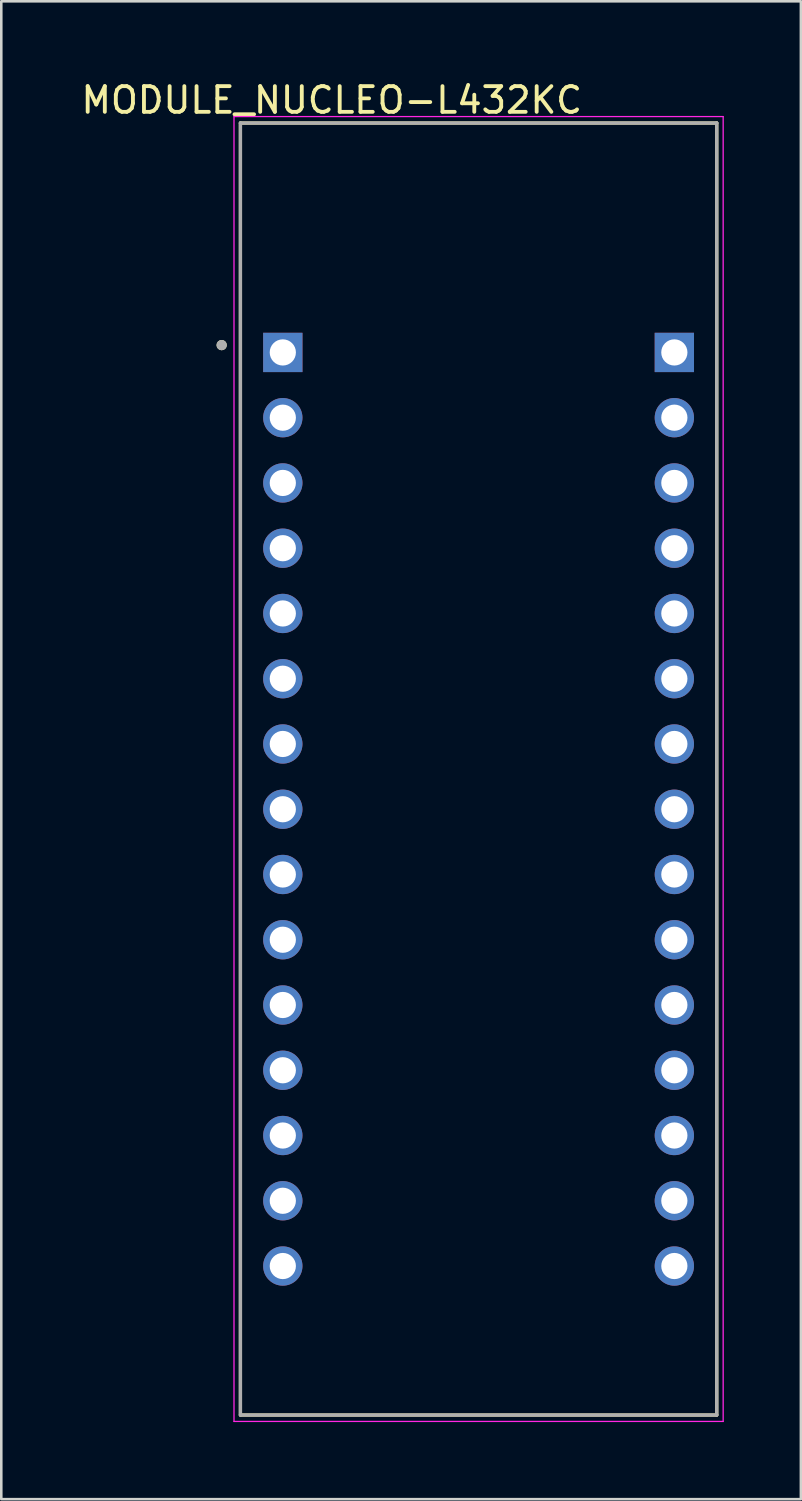
<source format=kicad_pcb>
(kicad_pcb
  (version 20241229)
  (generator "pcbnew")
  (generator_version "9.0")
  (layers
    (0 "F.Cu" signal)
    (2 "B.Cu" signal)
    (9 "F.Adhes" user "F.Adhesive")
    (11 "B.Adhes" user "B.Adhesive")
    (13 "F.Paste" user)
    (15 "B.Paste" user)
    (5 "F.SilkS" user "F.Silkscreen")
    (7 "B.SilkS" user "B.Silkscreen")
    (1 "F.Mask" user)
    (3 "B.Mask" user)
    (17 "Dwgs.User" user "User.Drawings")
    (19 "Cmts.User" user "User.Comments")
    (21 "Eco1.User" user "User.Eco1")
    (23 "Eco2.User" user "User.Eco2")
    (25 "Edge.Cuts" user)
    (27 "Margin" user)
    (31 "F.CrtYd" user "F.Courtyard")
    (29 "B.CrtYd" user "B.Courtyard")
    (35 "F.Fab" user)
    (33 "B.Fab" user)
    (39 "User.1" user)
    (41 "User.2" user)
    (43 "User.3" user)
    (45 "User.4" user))
  (footprint "MODULE_NUCLEO-L432KC"
    (layer "F.Cu")
    (at 15.578 26.883)
    (property "Reference" "MODULE_NUCLEO-L432KC" (at -5.715 -26.035 0) (layer "F.SilkS") (effects (font (size 1 1) (thickness 0.15))))
    (attr through_hole)
    (fp_line (start -9.27 -25.145) (end 9.27 -25.145) (stroke (width 0.127) (type solid)) (layer "F.SilkS"))
    (fp_line (start -9.27 25.145) (end -9.27 -25.145) (stroke (width 0.127) (type solid)) (layer "F.SilkS"))
    (fp_line (start 9.27 -25.145) (end 9.27 25.145) (stroke (width 0.127) (type solid)) (layer "F.SilkS"))
    (fp_line (start 9.27 25.145) (end -9.27 25.145) (stroke (width 0.127) (type solid)) (layer "F.SilkS"))
    (fp_circle (center -10 -16.5) (end -9.9 -16.5) (stroke (width 0.2) (type solid)) (fill no) (layer "F.SilkS"))
    (fp_line (start -9.52 -25.395) (end 9.52 -25.395) (stroke (width 0.05) (type solid)) (layer "F.CrtYd"))
    (fp_line (start -9.52 25.395) (end -9.52 -25.395) (stroke (width 0.05) (type solid)) (layer "F.CrtYd"))
    (fp_line (start 9.52 -25.395) (end 9.52 25.395) (stroke (width 0.05) (type solid)) (layer "F.CrtYd"))
    (fp_line (start 9.52 25.395) (end -9.52 25.395) (stroke (width 0.05) (type solid)) (layer "F.CrtYd"))
    (fp_line (start -9.27 -25.145) (end 9.27 -25.145) (stroke (width 0.127) (type solid)) (layer "F.Fab"))
    (fp_line (start -9.27 25.145) (end -9.27 -25.145) (stroke (width 0.127) (type solid)) (layer "F.Fab"))
    (fp_line (start 9.27 -25.145) (end 9.27 25.145) (stroke (width 0.127) (type solid)) (layer "F.Fab"))
    (fp_line (start 9.27 25.145) (end -9.27 25.145) (stroke (width 0.127) (type solid)) (layer "F.Fab"))
    (fp_circle (center -10 -16.5) (end -9.9 -16.5) (stroke (width 0.2) (type solid)) (fill no) (layer "F.Fab"))
    (pad "CN3_1" thru_hole rect (at -7.62 -16.215) (size 1.53 1.53) (drill 1.02) (layers "*.Cu" "*.Mask"))
    (pad "CN3_2" thru_hole circle (at -7.62 -13.675) (size 1.53 1.53) (drill 1.02) (layers "*.Cu" "*.Mask"))
    (pad "CN3_3" thru_hole circle (at -7.62 -11.135) (size 1.53 1.53) (drill 1.02) (layers "*.Cu" "*.Mask"))
    (pad "CN3_4" thru_hole circle (at -7.62 -8.595) (size 1.53 1.53) (drill 1.02) (layers "*.Cu" "*.Mask"))
    (pad "CN3_5" thru_hole circle (at -7.62 -6.055) (size 1.53 1.53) (drill 1.02) (layers "*.Cu" "*.Mask"))
    (pad "CN3_6" thru_hole circle (at -7.62 -3.515) (size 1.53 1.53) (drill 1.02) (layers "*.Cu" "*.Mask"))
    (pad "CN3_7" thru_hole circle (at -7.62 -0.975) (size 1.53 1.53) (drill 1.02) (layers "*.Cu" "*.Mask"))
    (pad "CN3_8" thru_hole circle (at -7.62 1.565) (size 1.53 1.53) (drill 1.02) (layers "*.Cu" "*.Mask"))
    (pad "CN3_9" thru_hole circle (at -7.62 4.105) (size 1.53 1.53) (drill 1.02) (layers "*.Cu" "*.Mask"))
    (pad "CN3_10" thru_hole circle (at -7.62 6.645) (size 1.53 1.53) (drill 1.02) (layers "*.Cu" "*.Mask"))
    (pad "CN3_11" thru_hole circle (at -7.62 9.185) (size 1.53 1.53) (drill 1.02) (layers "*.Cu" "*.Mask"))
    (pad "CN3_12" thru_hole circle (at -7.62 11.725) (size 1.53 1.53) (drill 1.02) (layers "*.Cu" "*.Mask"))
    (pad "CN3_13" thru_hole circle (at -7.62 14.265) (size 1.53 1.53) (drill 1.02) (layers "*.Cu" "*.Mask"))
    (pad "CN3_14" thru_hole circle (at -7.62 16.805) (size 1.53 1.53) (drill 1.02) (layers "*.Cu" "*.Mask"))
    (pad "CN3_15" thru_hole circle (at -7.62 19.345) (size 1.53 1.53) (drill 1.02) (layers "*.Cu" "*.Mask"))
    (pad "CN4_1" thru_hole rect (at 7.62 -16.215) (size 1.53 1.53) (drill 1.02) (layers "*.Cu" "*.Mask"))
    (pad "CN4_2" thru_hole circle (at 7.62 -13.675) (size 1.53 1.53) (drill 1.02) (layers "*.Cu" "*.Mask"))
    (pad "CN4_3" thru_hole circle (at 7.62 -11.135) (size 1.53 1.53) (drill 1.02) (layers "*.Cu" "*.Mask"))
    (pad "CN4_4" thru_hole circle (at 7.62 -8.595) (size 1.53 1.53) (drill 1.02) (layers "*.Cu" "*.Mask"))
    (pad "CN4_5" thru_hole circle (at 7.62 -6.055) (size 1.53 1.53) (drill 1.02) (layers "*.Cu" "*.Mask"))
    (pad "CN4_6" thru_hole circle (at 7.62 -3.515) (size 1.53 1.53) (drill 1.02) (layers "*.Cu" "*.Mask"))
    (pad "CN4_7" thru_hole circle (at 7.62 -0.975) (size 1.53 1.53) (drill 1.02) (layers "*.Cu" "*.Mask"))
    (pad "CN4_8" thru_hole circle (at 7.62 1.565) (size 1.53 1.53) (drill 1.02) (layers "*.Cu" "*.Mask"))
    (pad "CN4_9" thru_hole circle (at 7.62 4.105) (size 1.53 1.53) (drill 1.02) (layers "*.Cu" "*.Mask"))
    (pad "CN4_10" thru_hole circle (at 7.62 6.645) (size 1.53 1.53) (drill 1.02) (layers "*.Cu" "*.Mask"))
    (pad "CN4_11" thru_hole circle (at 7.62 9.185) (size 1.53 1.53) (drill 1.02) (layers "*.Cu" "*.Mask"))
    (pad "CN4_12" thru_hole circle (at 7.62 11.725) (size 1.53 1.53) (drill 1.02) (layers "*.Cu" "*.Mask"))
    (pad "CN4_13" thru_hole circle (at 7.62 14.265) (size 1.53 1.53) (drill 1.02) (layers "*.Cu" "*.Mask"))
    (pad "CN4_14" thru_hole circle (at 7.62 16.805) (size 1.53 1.53) (drill 1.02) (layers "*.Cu" "*.Mask"))
    (pad "CN4_15" thru_hole circle (at 7.62 19.345) (size 1.53 1.53) (drill 1.02) (layers "*.Cu" "*.Mask")))
  (gr_rect
    (start -3 -3)
    (end 28.123 55.303)
    (stroke (width 0.1) (type default))
    (fill no)
    (layer "Edge.Cuts")))
</source>
